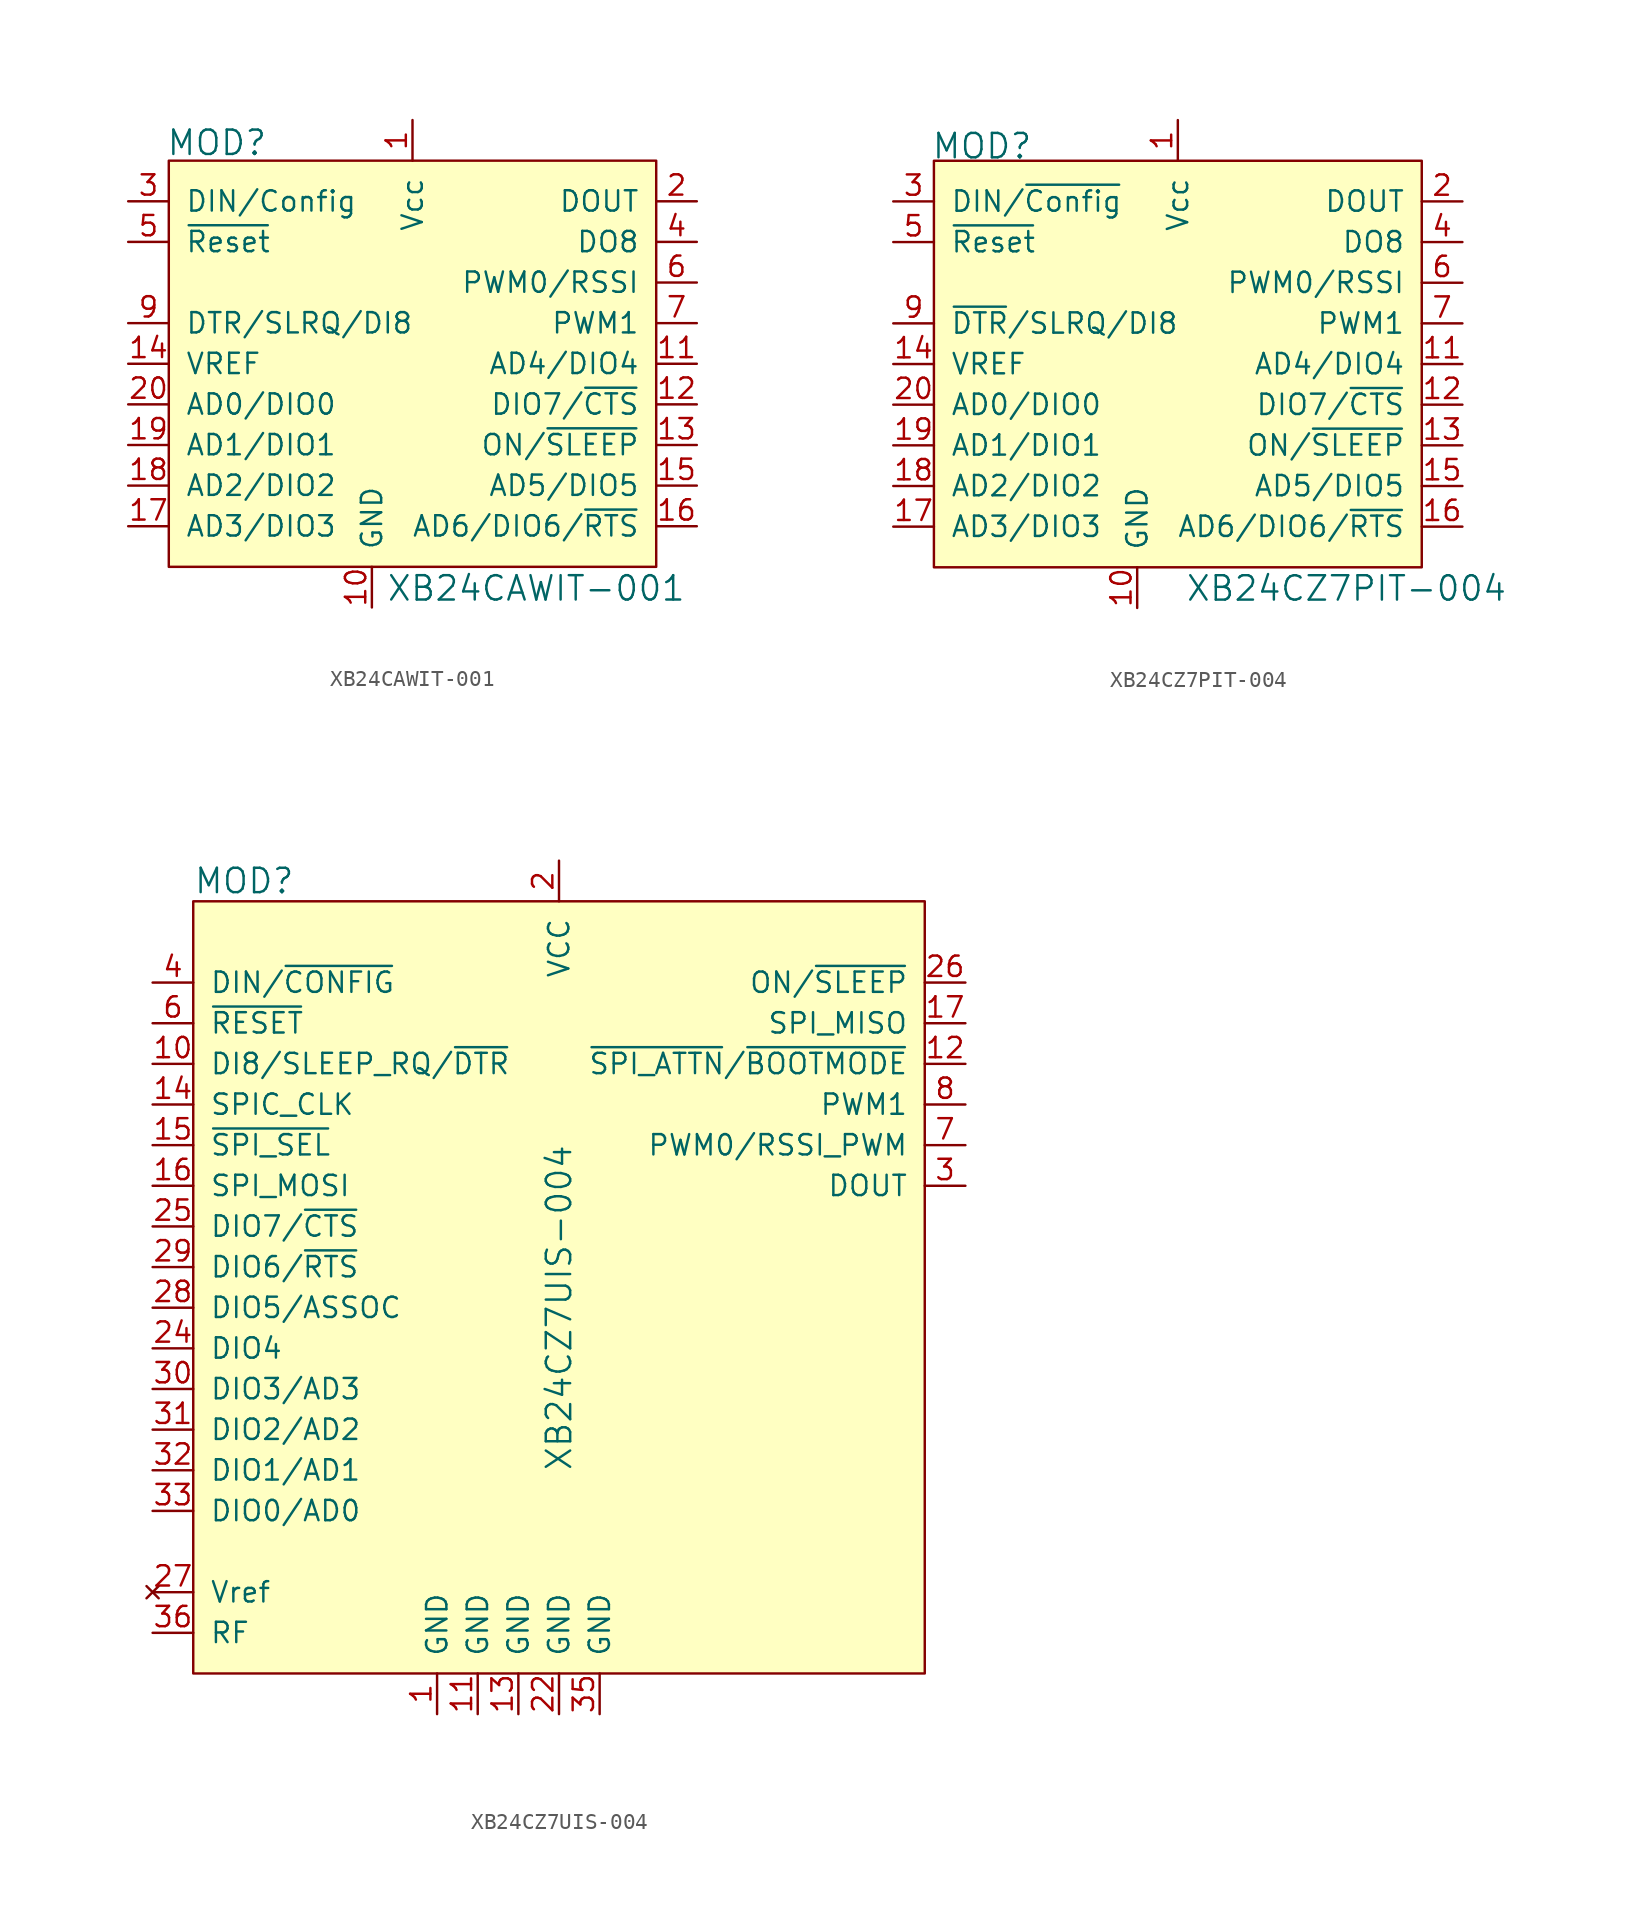
<source format=kicad_sym>
(kicad_symbol_lib
  (version 20211014)
  (generator kicad_symbol_editor)
  (symbol "XB24CAWIT-001"
    (pin_names
      (offset 1.016))
    (property "Reference" "MOD"
      (at -15.418 13.818 0)
      (effects (font (size 1.524 1.524)) (justify left)))
    (property "Value" "XB24CAWIT-001"
      (at -1.651 -14.046 0)
      (effects (font (size 1.524 1.524)) (justify left)))
    (symbol "XB24CAWIT-001_0_1"
      (rectangle (start -15.24 12.7) (end 15.24 -12.7) (stroke (width 0) (type default) (color 0 0 0 0)) (fill (type background))))
    (symbol "XB24CAWIT-001_1_1"
      (pin power_in line (at 0 15.24 270) (length 2.54) (name "Vcc" (effects (font (size 1.27 1.27)))) (number "1" (effects (font (size 1.27 1.27)))))
      (pin power_in line (at -2.54 -15.24 90) (length 2.54) (name "GND" (effects (font (size 1.27 1.27)))) (number "10" (effects (font (size 1.27 1.27)))))
      (pin bidirectional line (at 17.78 0 180) (length 2.54) (name "AD4/DIO4" (effects (font (size 1.27 1.27)))) (number "11" (effects (font (size 1.27 1.27)))))
      (pin bidirectional line (at 17.78 -2.54 180) (length 2.54) (name "DIO7/~{CTS}" (effects (font (size 1.27 1.27)))) (number "12" (effects (font (size 1.27 1.27)))))
      (pin output line (at 17.78 -5.08 180) (length 2.54) (name "ON/~{SLEEP}" (effects (font (size 1.27 1.27)))) (number "13" (effects (font (size 1.27 1.27)))))
      (pin input line (at -17.78 0 0) (length 2.54) (name "VREF" (effects (font (size 1.27 1.27)))) (number "14" (effects (font (size 1.27 1.27)))))
      (pin bidirectional line (at 17.78 -7.62 180) (length 2.54) (name "AD5/DIO5" (effects (font (size 1.27 1.27)))) (number "15" (effects (font (size 1.27 1.27)))))
      (pin bidirectional line (at 17.78 -10.16 180) (length 2.54) (name "AD6/DIO6/~{RTS}" (effects (font (size 1.27 1.27)))) (number "16" (effects (font (size 1.27 1.27)))))
      (pin bidirectional line (at -17.78 -10.16 0) (length 2.54) (name "AD3/DIO3" (effects (font (size 1.27 1.27)))) (number "17" (effects (font (size 1.27 1.27)))))
      (pin bidirectional line (at -17.78 -7.62 0) (length 2.54) (name "AD2/DIO2" (effects (font (size 1.27 1.27)))) (number "18" (effects (font (size 1.27 1.27)))))
      (pin bidirectional line (at -17.78 -5.08 0) (length 2.54) (name "AD1/DIO1" (effects (font (size 1.27 1.27)))) (number "19" (effects (font (size 1.27 1.27)))))
      (pin output line (at 17.78 10.16 180) (length 2.54) (name "DOUT" (effects (font (size 1.27 1.27)))) (number "2" (effects (font (size 1.27 1.27)))))
      (pin bidirectional line (at -17.78 -2.54 0) (length 2.54) (name "AD0/DIO0" (effects (font (size 1.27 1.27)))) (number "20" (effects (font (size 1.27 1.27)))))
      (pin input line (at -17.78 10.16 0) (length 2.54) (name "DIN/Config" (effects (font (size 1.27 1.27)))) (number "3" (effects (font (size 1.27 1.27)))))
      (pin output line (at 17.78 7.62 180) (length 2.54) (name "DO8" (effects (font (size 1.27 1.27)))) (number "4" (effects (font (size 1.27 1.27)))))
      (pin input line (at -17.78 7.62 0) (length 2.54) (name "~{Reset}" (effects (font (size 1.27 1.27)))) (number "5" (effects (font (size 1.27 1.27)))))
      (pin output line (at 17.78 5.08 180) (length 2.54) (name "PWM0/RSSI" (effects (font (size 1.27 1.27)))) (number "6" (effects (font (size 1.27 1.27)))))
      (pin output line (at 17.78 2.54 180) (length 2.54) (name "PWM1" (effects (font (size 1.27 1.27)))) (number "7" (effects (font (size 1.27 1.27)))))
      (pin no_connect line (at -15.24 5.08 0) (length 2.54) hide (name "Reserved" (effects (font (size 1.27 1.27)))) (number "8" (effects (font (size 1.27 1.27)))))
      (pin input line (at -17.78 2.54 0) (length 2.54) (name "DTR/SLRQ/DI8" (effects (font (size 1.27 1.27)))) (number "9" (effects (font (size 1.27 1.27)))))))
  (symbol "XB24CZ7PIT-004"
    (pin_names
      (offset 1.016))
    (property "Reference" "MOD"
      (at -17.958 18.694 0)
      (effects (font (size 1.524 1.524)) (justify left)))
    (property "Value" "XB24CZ7PIT-004"
      (at -2.083 -8.941 0)
      (effects (font (size 1.524 1.524)) (justify left)))
    (symbol "XB24CZ7PIT-004_0_1"
      (rectangle (start -17.78 17.78) (end 12.7 -7.62) (stroke (width 0) (type default) (color 0 0 0 0)) (fill (type background))))
    (symbol "XB24CZ7PIT-004_1_1"
      (pin power_in line (at -2.54 20.32 270) (length 2.54) (name "Vcc" (effects (font (size 1.27 1.27)))) (number "1" (effects (font (size 1.27 1.27)))))
      (pin power_in line (at -5.08 -10.16 90) (length 2.54) (name "GND" (effects (font (size 1.27 1.27)))) (number "10" (effects (font (size 1.27 1.27)))))
      (pin bidirectional line (at 15.24 5.08 180) (length 2.54) (name "AD4/DIO4" (effects (font (size 1.27 1.27)))) (number "11" (effects (font (size 1.27 1.27)))))
      (pin bidirectional line (at 15.24 2.54 180) (length 2.54) (name "DIO7/~{CTS}" (effects (font (size 1.27 1.27)))) (number "12" (effects (font (size 1.27 1.27)))))
      (pin output line (at 15.24 0 180) (length 2.54) (name "ON/~{SLEEP}" (effects (font (size 1.27 1.27)))) (number "13" (effects (font (size 1.27 1.27)))))
      (pin input line (at -20.32 5.08 0) (length 2.54) (name "VREF" (effects (font (size 1.27 1.27)))) (number "14" (effects (font (size 1.27 1.27)))))
      (pin bidirectional line (at 15.24 -2.54 180) (length 2.54) (name "AD5/DIO5" (effects (font (size 1.27 1.27)))) (number "15" (effects (font (size 1.27 1.27)))))
      (pin bidirectional line (at 15.24 -5.08 180) (length 2.54) (name "AD6/DIO6/~{RTS}" (effects (font (size 1.27 1.27)))) (number "16" (effects (font (size 1.27 1.27)))))
      (pin bidirectional line (at -20.32 -5.08 0) (length 2.54) (name "AD3/DIO3" (effects (font (size 1.27 1.27)))) (number "17" (effects (font (size 1.27 1.27)))))
      (pin bidirectional line (at -20.32 -2.54 0) (length 2.54) (name "AD2/DIO2" (effects (font (size 1.27 1.27)))) (number "18" (effects (font (size 1.27 1.27)))))
      (pin bidirectional line (at -20.32 0 0) (length 2.54) (name "AD1/DIO1" (effects (font (size 1.27 1.27)))) (number "19" (effects (font (size 1.27 1.27)))))
      (pin output line (at 15.24 15.24 180) (length 2.54) (name "DOUT" (effects (font (size 1.27 1.27)))) (number "2" (effects (font (size 1.27 1.27)))))
      (pin bidirectional line (at -20.32 2.54 0) (length 2.54) (name "AD0/DIO0" (effects (font (size 1.27 1.27)))) (number "20" (effects (font (size 1.27 1.27)))))
      (pin input line (at -20.32 15.24 0) (length 2.54) (name "DIN/~{Config}" (effects (font (size 1.27 1.27)))) (number "3" (effects (font (size 1.27 1.27)))))
      (pin output line (at 15.24 12.7 180) (length 2.54) (name "DO8" (effects (font (size 1.27 1.27)))) (number "4" (effects (font (size 1.27 1.27)))))
      (pin input line (at -20.32 12.7 0) (length 2.54) (name "~{Reset}" (effects (font (size 1.27 1.27)))) (number "5" (effects (font (size 1.27 1.27)))))
      (pin output line (at 15.24 10.16 180) (length 2.54) (name "PWM0/RSSI" (effects (font (size 1.27 1.27)))) (number "6" (effects (font (size 1.27 1.27)))))
      (pin output line (at 15.24 7.62 180) (length 2.54) (name "PWM1" (effects (font (size 1.27 1.27)))) (number "7" (effects (font (size 1.27 1.27)))))
      (pin no_connect line (at -17.78 10.16 0) (length 2.54) hide (name "Reserved" (effects (font (size 1.27 1.27)))) (number "8" (effects (font (size 1.27 1.27)))))
      (pin input line (at -20.32 7.62 0) (length 2.54) (name "~{DTR}/SLRQ/DI8" (effects (font (size 1.27 1.27)))) (number "9" (effects (font (size 1.27 1.27)))))))
  (symbol "XB24CZ7UIS-004"
    (pin_names
      (offset 1.016))
    (property "Reference" "MOD"
      (at -20.32 1.27 0)
      (effects (font (size 1.524 1.524)) (justify left)))
    (property "Value" "XB24CZ7UIS-004"
      (at 2.54 -25.4 90)
      (effects (font (size 1.524 1.524))))
    (symbol "XB24CZ7UIS-004_0_1"
      (rectangle (start -20.32 0) (end 25.4 -48.26) (stroke (width 0) (type default) (color 0 0 0 0)) (fill (type background))))
    (symbol "XB24CZ7UIS-004_1_1"
      (pin power_in line (at -5.08 -50.8 90) (length 2.54) (name "GND" (effects (font (size 1.27 1.27)))) (number "1" (effects (font (size 1.27 1.27)))))
      (pin input line (at -22.86 -10.16 0) (length 2.54) (name "DI8/SLEEP_RQ/~{DTR}" (effects (font (size 1.27 1.27)))) (number "10" (effects (font (size 1.27 1.27)))))
      (pin power_in line (at -2.54 -50.8 90) (length 2.54) (name "GND" (effects (font (size 1.27 1.27)))) (number "11" (effects (font (size 1.27 1.27)))))
      (pin output line (at 27.94 -10.16 180) (length 2.54) (name "~{SPI_ATTN}/~{BOOTMODE}" (effects (font (size 1.27 1.27)))) (number "12" (effects (font (size 1.27 1.27)))))
      (pin power_in line (at 0 -50.8 90) (length 2.54) (name "GND" (effects (font (size 1.27 1.27)))) (number "13" (effects (font (size 1.27 1.27)))))
      (pin input line (at -22.86 -12.7 0) (length 2.54) (name "SPIC_CLK" (effects (font (size 1.27 1.27)))) (number "14" (effects (font (size 1.27 1.27)))))
      (pin input line (at -22.86 -15.24 0) (length 2.54) (name "~{SPI_SEL}" (effects (font (size 1.27 1.27)))) (number "15" (effects (font (size 1.27 1.27)))))
      (pin input line (at -22.86 -17.78 0) (length 2.54) (name "SPI_MOSI" (effects (font (size 1.27 1.27)))) (number "16" (effects (font (size 1.27 1.27)))))
      (pin output line (at 27.94 -7.62 180) (length 2.54) (name "SPI_MISO" (effects (font (size 1.27 1.27)))) (number "17" (effects (font (size 1.27 1.27)))))
      (pin no_connect line (at 25.4 -35.56 180) (length 2.54) hide (name "NC" (effects (font (size 1.27 1.27)))) (number "18" (effects (font (size 1.27 1.27)))))
      (pin no_connect line (at 25.4 -33.02 180) (length 2.54) hide (name "NC" (effects (font (size 1.27 1.27)))) (number "19" (effects (font (size 1.27 1.27)))))
      (pin power_in line (at 2.54 2.54 270) (length 2.54) (name "VCC" (effects (font (size 1.27 1.27)))) (number "2" (effects (font (size 1.27 1.27)))))
      (pin no_connect line (at 25.4 -30.48 180) (length 2.54) hide (name "NC" (effects (font (size 1.27 1.27)))) (number "20" (effects (font (size 1.27 1.27)))))
      (pin no_connect line (at 25.4 -27.94 180) (length 2.54) hide (name "NC" (effects (font (size 1.27 1.27)))) (number "21" (effects (font (size 1.27 1.27)))))
      (pin power_in line (at 2.54 -50.8 90) (length 2.54) (name "GND" (effects (font (size 1.27 1.27)))) (number "22" (effects (font (size 1.27 1.27)))))
      (pin no_connect line (at 25.4 -25.4 180) (length 2.54) hide (name "NC" (effects (font (size 1.27 1.27)))) (number "23" (effects (font (size 1.27 1.27)))))
      (pin bidirectional line (at -22.86 -27.94 0) (length 2.54) (name "DIO4" (effects (font (size 1.27 1.27)))) (number "24" (effects (font (size 1.27 1.27)))))
      (pin bidirectional line (at -22.86 -20.32 0) (length 2.54) (name "DIO7/~{CTS}" (effects (font (size 1.27 1.27)))) (number "25" (effects (font (size 1.27 1.27)))))
      (pin output line (at 27.94 -5.08 180) (length 2.54) (name "ON/~{SLEEP}" (effects (font (size 1.27 1.27)))) (number "26" (effects (font (size 1.27 1.27)))))
      (pin no_connect line (at -22.86 -43.18 0) (length 2.54) (name "Vref" (effects (font (size 1.27 1.27)))) (number "27" (effects (font (size 1.27 1.27)))))
      (pin bidirectional line (at -22.86 -25.4 0) (length 2.54) (name "DIO5/ASSOC" (effects (font (size 1.27 1.27)))) (number "28" (effects (font (size 1.27 1.27)))))
      (pin bidirectional line (at -22.86 -22.86 0) (length 2.54) (name "DIO6/~{RTS}" (effects (font (size 1.27 1.27)))) (number "29" (effects (font (size 1.27 1.27)))))
      (pin output line (at 27.94 -17.78 180) (length 2.54) (name "DOUT" (effects (font (size 1.27 1.27)))) (number "3" (effects (font (size 1.27 1.27)))))
      (pin bidirectional line (at -22.86 -30.48 0) (length 2.54) (name "DIO3/AD3" (effects (font (size 1.27 1.27)))) (number "30" (effects (font (size 1.27 1.27)))))
      (pin bidirectional line (at -22.86 -33.02 0) (length 2.54) (name "DIO2/AD2" (effects (font (size 1.27 1.27)))) (number "31" (effects (font (size 1.27 1.27)))))
      (pin bidirectional line (at -22.86 -35.56 0) (length 2.54) (name "DIO1/AD1" (effects (font (size 1.27 1.27)))) (number "32" (effects (font (size 1.27 1.27)))))
      (pin bidirectional line (at -22.86 -38.1 0) (length 2.54) (name "DIO0/AD0" (effects (font (size 1.27 1.27)))) (number "33" (effects (font (size 1.27 1.27)))))
      (pin no_connect line (at 25.4 -22.86 180) (length 2.54) hide (name "NC" (effects (font (size 1.27 1.27)))) (number "34" (effects (font (size 1.27 1.27)))))
      (pin power_in line (at 5.08 -50.8 90) (length 2.54) (name "GND" (effects (font (size 1.27 1.27)))) (number "35" (effects (font (size 1.27 1.27)))))
      (pin bidirectional line (at -22.86 -45.72 0) (length 2.54) (name "RF" (effects (font (size 1.27 1.27)))) (number "36" (effects (font (size 1.27 1.27)))))
      (pin no_connect line (at 25.4 -20.32 180) (length 2.54) hide (name "NC" (effects (font (size 1.27 1.27)))) (number "37" (effects (font (size 1.27 1.27)))))
      (pin input line (at -22.86 -5.08 0) (length 2.54) (name "DIN/~{CONFIG}" (effects (font (size 1.27 1.27)))) (number "4" (effects (font (size 1.27 1.27)))))
      (pin no_connect line (at 25.4 -40.64 180) (length 2.54) hide (name "NC" (effects (font (size 1.27 1.27)))) (number "5" (effects (font (size 1.27 1.27)))))
      (pin input line (at -22.86 -7.62 0) (length 2.54) (name "~{RESET}" (effects (font (size 1.27 1.27)))) (number "6" (effects (font (size 1.27 1.27)))))
      (pin output line (at 27.94 -15.24 180) (length 2.54) (name "PWM0/RSSI_PWM" (effects (font (size 1.27 1.27)))) (number "7" (effects (font (size 1.27 1.27)))))
      (pin output line (at 27.94 -12.7 180) (length 2.54) (name "PWM1" (effects (font (size 1.27 1.27)))) (number "8" (effects (font (size 1.27 1.27)))))
      (pin no_connect line (at 25.4 -38.1 180) (length 2.54) hide (name "NC" (effects (font (size 1.27 1.27)))) (number "9" (effects (font (size 1.27 1.27))))))))
</source>
